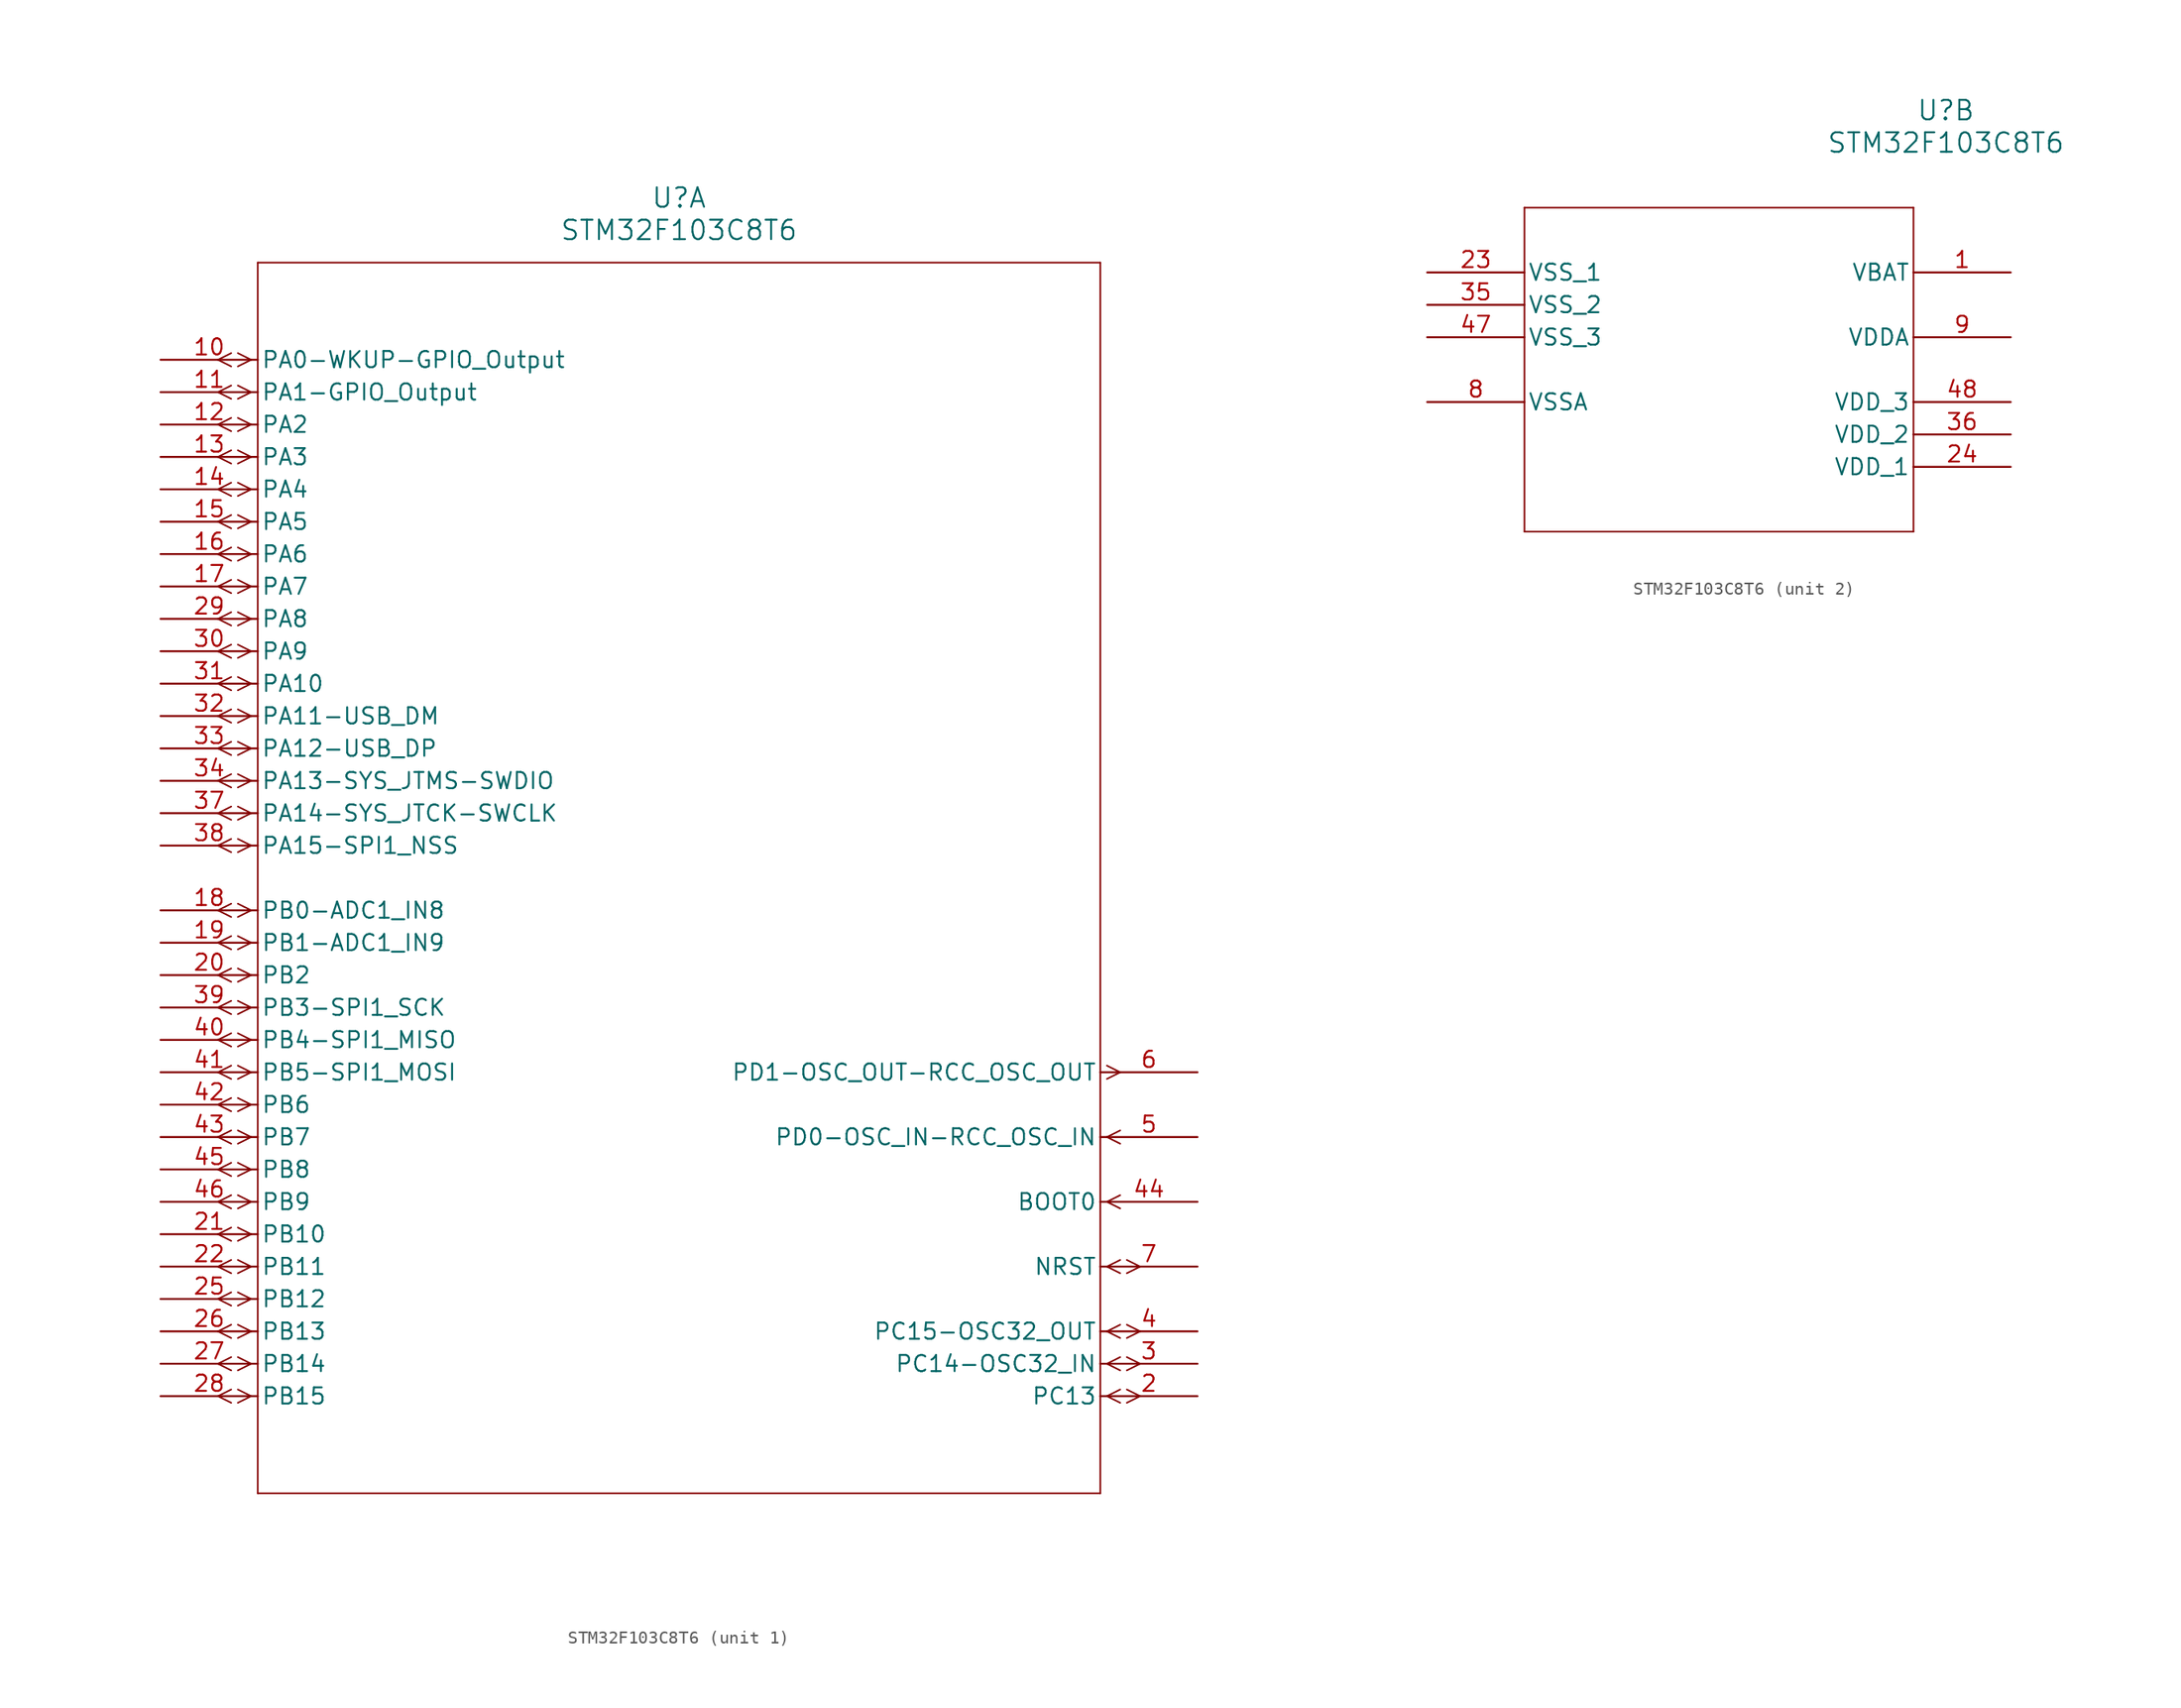
<source format=kicad_sym>
(kicad_symbol_lib
  (version 20211014)
  (generator kicad_symbol_editor)
  (symbol "STM32F103C8T6"
    (pin_names
      (offset 0.254))
    (property "Reference" "U"
      (at 40.64 12.7 0)
      (effects (font (size 1.524 1.524))))
    (property "Value" "STM32F103C8T6"
      (at 40.64 10.16 0)
      (effects (font (size 1.524 1.524))))
    (symbol "STM32F103C8T6_1_1"
      (polyline (pts (xy 7.099 0) (xy 6.058 0.521)) (stroke (width 0.127) (type default) (color 0 0 0 0)) (fill (type none)))
      (polyline (pts (xy 7.099 0) (xy 6.058 -0.521)) (stroke (width 0.127) (type default) (color 0 0 0 0)) (fill (type none)))
      (polyline (pts (xy 5.537 0.521) (xy 4.496 0)) (stroke (width 0.127) (type default) (color 0 0 0 0)) (fill (type none)))
      (polyline (pts (xy 5.537 -0.521) (xy 4.496 0)) (stroke (width 0.127) (type default) (color 0 0 0 0)) (fill (type none)))
      (polyline (pts (xy 7.099 -2.54) (xy 6.058 -2.019)) (stroke (width 0.127) (type default) (color 0 0 0 0)) (fill (type none)))
      (polyline (pts (xy 7.099 -2.54) (xy 6.058 -3.061)) (stroke (width 0.127) (type default) (color 0 0 0 0)) (fill (type none)))
      (polyline (pts (xy 5.537 -2.019) (xy 4.496 -2.54)) (stroke (width 0.127) (type default) (color 0 0 0 0)) (fill (type none)))
      (polyline (pts (xy 5.537 -3.061) (xy 4.496 -2.54)) (stroke (width 0.127) (type default) (color 0 0 0 0)) (fill (type none)))
      (polyline (pts (xy 7.099 -5.08) (xy 6.058 -4.559)) (stroke (width 0.127) (type default) (color 0 0 0 0)) (fill (type none)))
      (polyline (pts (xy 7.099 -5.08) (xy 6.058 -5.601)) (stroke (width 0.127) (type default) (color 0 0 0 0)) (fill (type none)))
      (polyline (pts (xy 5.537 -4.559) (xy 4.496 -5.08)) (stroke (width 0.127) (type default) (color 0 0 0 0)) (fill (type none)))
      (polyline (pts (xy 5.537 -5.601) (xy 4.496 -5.08)) (stroke (width 0.127) (type default) (color 0 0 0 0)) (fill (type none)))
      (polyline (pts (xy 7.099 -7.62) (xy 6.058 -7.099)) (stroke (width 0.127) (type default) (color 0 0 0 0)) (fill (type none)))
      (polyline (pts (xy 7.099 -7.62) (xy 6.058 -8.141)) (stroke (width 0.127) (type default) (color 0 0 0 0)) (fill (type none)))
      (polyline (pts (xy 5.537 -7.099) (xy 4.496 -7.62)) (stroke (width 0.127) (type default) (color 0 0 0 0)) (fill (type none)))
      (polyline (pts (xy 5.537 -8.141) (xy 4.496 -7.62)) (stroke (width 0.127) (type default) (color 0 0 0 0)) (fill (type none)))
      (polyline (pts (xy 7.099 -10.16) (xy 6.058 -9.639)) (stroke (width 0.127) (type default) (color 0 0 0 0)) (fill (type none)))
      (polyline (pts (xy 7.099 -10.16) (xy 6.058 -10.681)) (stroke (width 0.127) (type default) (color 0 0 0 0)) (fill (type none)))
      (polyline (pts (xy 5.537 -9.639) (xy 4.496 -10.16)) (stroke (width 0.127) (type default) (color 0 0 0 0)) (fill (type none)))
      (polyline (pts (xy 5.537 -10.681) (xy 4.496 -10.16)) (stroke (width 0.127) (type default) (color 0 0 0 0)) (fill (type none)))
      (polyline (pts (xy 7.099 -12.7) (xy 6.058 -12.179)) (stroke (width 0.127) (type default) (color 0 0 0 0)) (fill (type none)))
      (polyline (pts (xy 7.099 -12.7) (xy 6.058 -13.221)) (stroke (width 0.127) (type default) (color 0 0 0 0)) (fill (type none)))
      (polyline (pts (xy 5.537 -12.179) (xy 4.496 -12.7)) (stroke (width 0.127) (type default) (color 0 0 0 0)) (fill (type none)))
      (polyline (pts (xy 5.537 -13.221) (xy 4.496 -12.7)) (stroke (width 0.127) (type default) (color 0 0 0 0)) (fill (type none)))
      (polyline (pts (xy 7.099 -15.24) (xy 6.058 -14.719)) (stroke (width 0.127) (type default) (color 0 0 0 0)) (fill (type none)))
      (polyline (pts (xy 7.099 -15.24) (xy 6.058 -15.761)) (stroke (width 0.127) (type default) (color 0 0 0 0)) (fill (type none)))
      (polyline (pts (xy 5.537 -14.719) (xy 4.496 -15.24)) (stroke (width 0.127) (type default) (color 0 0 0 0)) (fill (type none)))
      (polyline (pts (xy 5.537 -15.761) (xy 4.496 -15.24)) (stroke (width 0.127) (type default) (color 0 0 0 0)) (fill (type none)))
      (polyline (pts (xy 7.099 -17.78) (xy 6.058 -17.259)) (stroke (width 0.127) (type default) (color 0 0 0 0)) (fill (type none)))
      (polyline (pts (xy 7.099 -17.78) (xy 6.058 -18.301)) (stroke (width 0.127) (type default) (color 0 0 0 0)) (fill (type none)))
      (polyline (pts (xy 5.537 -17.259) (xy 4.496 -17.78)) (stroke (width 0.127) (type default) (color 0 0 0 0)) (fill (type none)))
      (polyline (pts (xy 5.537 -18.301) (xy 4.496 -17.78)) (stroke (width 0.127) (type default) (color 0 0 0 0)) (fill (type none)))
      (polyline (pts (xy 7.099 -20.32) (xy 6.058 -19.799)) (stroke (width 0.127) (type default) (color 0 0 0 0)) (fill (type none)))
      (polyline (pts (xy 7.099 -20.32) (xy 6.058 -20.841)) (stroke (width 0.127) (type default) (color 0 0 0 0)) (fill (type none)))
      (polyline (pts (xy 5.537 -19.799) (xy 4.496 -20.32)) (stroke (width 0.127) (type default) (color 0 0 0 0)) (fill (type none)))
      (polyline (pts (xy 5.537 -20.841) (xy 4.496 -20.32)) (stroke (width 0.127) (type default) (color 0 0 0 0)) (fill (type none)))
      (polyline (pts (xy 7.099 -22.86) (xy 6.058 -22.339)) (stroke (width 0.127) (type default) (color 0 0 0 0)) (fill (type none)))
      (polyline (pts (xy 7.099 -22.86) (xy 6.058 -23.381)) (stroke (width 0.127) (type default) (color 0 0 0 0)) (fill (type none)))
      (polyline (pts (xy 5.537 -22.339) (xy 4.496 -22.86)) (stroke (width 0.127) (type default) (color 0 0 0 0)) (fill (type none)))
      (polyline (pts (xy 5.537 -23.381) (xy 4.496 -22.86)) (stroke (width 0.127) (type default) (color 0 0 0 0)) (fill (type none)))
      (polyline (pts (xy 7.099 -25.4) (xy 6.058 -24.879)) (stroke (width 0.127) (type default) (color 0 0 0 0)) (fill (type none)))
      (polyline (pts (xy 7.099 -25.4) (xy 6.058 -25.921)) (stroke (width 0.127) (type default) (color 0 0 0 0)) (fill (type none)))
      (polyline (pts (xy 5.537 -24.879) (xy 4.496 -25.4)) (stroke (width 0.127) (type default) (color 0 0 0 0)) (fill (type none)))
      (polyline (pts (xy 5.537 -25.921) (xy 4.496 -25.4)) (stroke (width 0.127) (type default) (color 0 0 0 0)) (fill (type none)))
      (polyline (pts (xy 7.099 -27.94) (xy 6.058 -27.419)) (stroke (width 0.127) (type default) (color 0 0 0 0)) (fill (type none)))
      (polyline (pts (xy 7.099 -27.94) (xy 6.058 -28.461)) (stroke (width 0.127) (type default) (color 0 0 0 0)) (fill (type none)))
      (polyline (pts (xy 5.537 -27.419) (xy 4.496 -27.94)) (stroke (width 0.127) (type default) (color 0 0 0 0)) (fill (type none)))
      (polyline (pts (xy 5.537 -28.461) (xy 4.496 -27.94)) (stroke (width 0.127) (type default) (color 0 0 0 0)) (fill (type none)))
      (polyline (pts (xy 7.099 -30.48) (xy 6.058 -29.959)) (stroke (width 0.127) (type default) (color 0 0 0 0)) (fill (type none)))
      (polyline (pts (xy 7.099 -30.48) (xy 6.058 -31.001)) (stroke (width 0.127) (type default) (color 0 0 0 0)) (fill (type none)))
      (polyline (pts (xy 5.537 -29.959) (xy 4.496 -30.48)) (stroke (width 0.127) (type default) (color 0 0 0 0)) (fill (type none)))
      (polyline (pts (xy 5.537 -31.001) (xy 4.496 -30.48)) (stroke (width 0.127) (type default) (color 0 0 0 0)) (fill (type none)))
      (polyline (pts (xy 7.099 -33.02) (xy 6.058 -32.499)) (stroke (width 0.127) (type default) (color 0 0 0 0)) (fill (type none)))
      (polyline (pts (xy 7.099 -33.02) (xy 6.058 -33.541)) (stroke (width 0.127) (type default) (color 0 0 0 0)) (fill (type none)))
      (polyline (pts (xy 5.537 -32.499) (xy 4.496 -33.02)) (stroke (width 0.127) (type default) (color 0 0 0 0)) (fill (type none)))
      (polyline (pts (xy 5.537 -33.541) (xy 4.496 -33.02)) (stroke (width 0.127) (type default) (color 0 0 0 0)) (fill (type none)))
      (polyline (pts (xy 7.099 -35.56) (xy 6.058 -35.039)) (stroke (width 0.127) (type default) (color 0 0 0 0)) (fill (type none)))
      (polyline (pts (xy 7.099 -35.56) (xy 6.058 -36.081)) (stroke (width 0.127) (type default) (color 0 0 0 0)) (fill (type none)))
      (polyline (pts (xy 5.537 -35.039) (xy 4.496 -35.56)) (stroke (width 0.127) (type default) (color 0 0 0 0)) (fill (type none)))
      (polyline (pts (xy 5.537 -36.081) (xy 4.496 -35.56)) (stroke (width 0.127) (type default) (color 0 0 0 0)) (fill (type none)))
      (polyline (pts (xy 7.099 -38.1) (xy 6.058 -37.579)) (stroke (width 0.127) (type default) (color 0 0 0 0)) (fill (type none)))
      (polyline (pts (xy 7.099 -38.1) (xy 6.058 -38.621)) (stroke (width 0.127) (type default) (color 0 0 0 0)) (fill (type none)))
      (polyline (pts (xy 5.537 -37.579) (xy 4.496 -38.1)) (stroke (width 0.127) (type default) (color 0 0 0 0)) (fill (type none)))
      (polyline (pts (xy 5.537 -38.621) (xy 4.496 -38.1)) (stroke (width 0.127) (type default) (color 0 0 0 0)) (fill (type none)))
      (polyline (pts (xy 7.099 -43.18) (xy 6.058 -42.659)) (stroke (width 0.127) (type default) (color 0 0 0 0)) (fill (type none)))
      (polyline (pts (xy 7.099 -43.18) (xy 6.058 -43.701)) (stroke (width 0.127) (type default) (color 0 0 0 0)) (fill (type none)))
      (polyline (pts (xy 5.537 -42.659) (xy 4.496 -43.18)) (stroke (width 0.127) (type default) (color 0 0 0 0)) (fill (type none)))
      (polyline (pts (xy 5.537 -43.701) (xy 4.496 -43.18)) (stroke (width 0.127) (type default) (color 0 0 0 0)) (fill (type none)))
      (polyline (pts (xy 7.099 -45.72) (xy 6.058 -45.199)) (stroke (width 0.127) (type default) (color 0 0 0 0)) (fill (type none)))
      (polyline (pts (xy 7.099 -45.72) (xy 6.058 -46.241)) (stroke (width 0.127) (type default) (color 0 0 0 0)) (fill (type none)))
      (polyline (pts (xy 5.537 -45.199) (xy 4.496 -45.72)) (stroke (width 0.127) (type default) (color 0 0 0 0)) (fill (type none)))
      (polyline (pts (xy 5.537 -46.241) (xy 4.496 -45.72)) (stroke (width 0.127) (type default) (color 0 0 0 0)) (fill (type none)))
      (polyline (pts (xy 7.099 -48.26) (xy 6.058 -47.739)) (stroke (width 0.127) (type default) (color 0 0 0 0)) (fill (type none)))
      (polyline (pts (xy 7.099 -48.26) (xy 6.058 -48.781)) (stroke (width 0.127) (type default) (color 0 0 0 0)) (fill (type none)))
      (polyline (pts (xy 5.537 -47.739) (xy 4.496 -48.26)) (stroke (width 0.127) (type default) (color 0 0 0 0)) (fill (type none)))
      (polyline (pts (xy 5.537 -48.781) (xy 4.496 -48.26)) (stroke (width 0.127) (type default) (color 0 0 0 0)) (fill (type none)))
      (polyline (pts (xy 7.099 -50.8) (xy 6.058 -50.279)) (stroke (width 0.127) (type default) (color 0 0 0 0)) (fill (type none)))
      (polyline (pts (xy 7.099 -50.8) (xy 6.058 -51.321)) (stroke (width 0.127) (type default) (color 0 0 0 0)) (fill (type none)))
      (polyline (pts (xy 5.537 -50.279) (xy 4.496 -50.8)) (stroke (width 0.127) (type default) (color 0 0 0 0)) (fill (type none)))
      (polyline (pts (xy 5.537 -51.321) (xy 4.496 -50.8)) (stroke (width 0.127) (type default) (color 0 0 0 0)) (fill (type none)))
      (polyline (pts (xy 7.099 -53.34) (xy 6.058 -52.819)) (stroke (width 0.127) (type default) (color 0 0 0 0)) (fill (type none)))
      (polyline (pts (xy 7.099 -53.34) (xy 6.058 -53.861)) (stroke (width 0.127) (type default) (color 0 0 0 0)) (fill (type none)))
      (polyline (pts (xy 5.537 -52.819) (xy 4.496 -53.34)) (stroke (width 0.127) (type default) (color 0 0 0 0)) (fill (type none)))
      (polyline (pts (xy 5.537 -53.861) (xy 4.496 -53.34)) (stroke (width 0.127) (type default) (color 0 0 0 0)) (fill (type none)))
      (polyline (pts (xy 7.099 -55.88) (xy 6.058 -55.359)) (stroke (width 0.127) (type default) (color 0 0 0 0)) (fill (type none)))
      (polyline (pts (xy 7.099 -55.88) (xy 6.058 -56.401)) (stroke (width 0.127) (type default) (color 0 0 0 0)) (fill (type none)))
      (polyline (pts (xy 5.537 -55.359) (xy 4.496 -55.88)) (stroke (width 0.127) (type default) (color 0 0 0 0)) (fill (type none)))
      (polyline (pts (xy 5.537 -56.401) (xy 4.496 -55.88)) (stroke (width 0.127) (type default) (color 0 0 0 0)) (fill (type none)))
      (polyline (pts (xy 7.099 -58.42) (xy 6.058 -57.899)) (stroke (width 0.127) (type default) (color 0 0 0 0)) (fill (type none)))
      (polyline (pts (xy 7.099 -58.42) (xy 6.058 -58.941)) (stroke (width 0.127) (type default) (color 0 0 0 0)) (fill (type none)))
      (polyline (pts (xy 5.537 -57.899) (xy 4.496 -58.42)) (stroke (width 0.127) (type default) (color 0 0 0 0)) (fill (type none)))
      (polyline (pts (xy 5.537 -58.941) (xy 4.496 -58.42)) (stroke (width 0.127) (type default) (color 0 0 0 0)) (fill (type none)))
      (polyline (pts (xy 7.099 -60.96) (xy 6.058 -60.439)) (stroke (width 0.127) (type default) (color 0 0 0 0)) (fill (type none)))
      (polyline (pts (xy 7.099 -60.96) (xy 6.058 -61.481)) (stroke (width 0.127) (type default) (color 0 0 0 0)) (fill (type none)))
      (polyline (pts (xy 5.537 -60.439) (xy 4.496 -60.96)) (stroke (width 0.127) (type default) (color 0 0 0 0)) (fill (type none)))
      (polyline (pts (xy 5.537 -61.481) (xy 4.496 -60.96)) (stroke (width 0.127) (type default) (color 0 0 0 0)) (fill (type none)))
      (polyline (pts (xy 7.099 -63.5) (xy 6.058 -62.979)) (stroke (width 0.127) (type default) (color 0 0 0 0)) (fill (type none)))
      (polyline (pts (xy 7.099 -63.5) (xy 6.058 -64.021)) (stroke (width 0.127) (type default) (color 0 0 0 0)) (fill (type none)))
      (polyline (pts (xy 5.537 -62.979) (xy 4.496 -63.5)) (stroke (width 0.127) (type default) (color 0 0 0 0)) (fill (type none)))
      (polyline (pts (xy 5.537 -64.021) (xy 4.496 -63.5)) (stroke (width 0.127) (type default) (color 0 0 0 0)) (fill (type none)))
      (polyline (pts (xy 7.099 -66.04) (xy 6.058 -65.519)) (stroke (width 0.127) (type default) (color 0 0 0 0)) (fill (type none)))
      (polyline (pts (xy 7.099 -66.04) (xy 6.058 -66.561)) (stroke (width 0.127) (type default) (color 0 0 0 0)) (fill (type none)))
      (polyline (pts (xy 5.537 -65.519) (xy 4.496 -66.04)) (stroke (width 0.127) (type default) (color 0 0 0 0)) (fill (type none)))
      (polyline (pts (xy 5.537 -66.561) (xy 4.496 -66.04)) (stroke (width 0.127) (type default) (color 0 0 0 0)) (fill (type none)))
      (polyline (pts (xy 7.099 -68.58) (xy 6.058 -68.059)) (stroke (width 0.127) (type default) (color 0 0 0 0)) (fill (type none)))
      (polyline (pts (xy 7.099 -68.58) (xy 6.058 -69.101)) (stroke (width 0.127) (type default) (color 0 0 0 0)) (fill (type none)))
      (polyline (pts (xy 5.537 -68.059) (xy 4.496 -68.58)) (stroke (width 0.127) (type default) (color 0 0 0 0)) (fill (type none)))
      (polyline (pts (xy 5.537 -69.101) (xy 4.496 -68.58)) (stroke (width 0.127) (type default) (color 0 0 0 0)) (fill (type none)))
      (polyline (pts (xy 7.099 -71.12) (xy 6.058 -70.599)) (stroke (width 0.127) (type default) (color 0 0 0 0)) (fill (type none)))
      (polyline (pts (xy 7.099 -71.12) (xy 6.058 -71.641)) (stroke (width 0.127) (type default) (color 0 0 0 0)) (fill (type none)))
      (polyline (pts (xy 5.537 -70.599) (xy 4.496 -71.12)) (stroke (width 0.127) (type default) (color 0 0 0 0)) (fill (type none)))
      (polyline (pts (xy 5.537 -71.641) (xy 4.496 -71.12)) (stroke (width 0.127) (type default) (color 0 0 0 0)) (fill (type none)))
      (polyline (pts (xy 7.099 -73.66) (xy 6.058 -73.139)) (stroke (width 0.127) (type default) (color 0 0 0 0)) (fill (type none)))
      (polyline (pts (xy 7.099 -73.66) (xy 6.058 -74.181)) (stroke (width 0.127) (type default) (color 0 0 0 0)) (fill (type none)))
      (polyline (pts (xy 5.537 -73.139) (xy 4.496 -73.66)) (stroke (width 0.127) (type default) (color 0 0 0 0)) (fill (type none)))
      (polyline (pts (xy 5.537 -74.181) (xy 4.496 -73.66)) (stroke (width 0.127) (type default) (color 0 0 0 0)) (fill (type none)))
      (polyline (pts (xy 7.099 -76.2) (xy 6.058 -75.679)) (stroke (width 0.127) (type default) (color 0 0 0 0)) (fill (type none)))
      (polyline (pts (xy 7.099 -76.2) (xy 6.058 -76.721)) (stroke (width 0.127) (type default) (color 0 0 0 0)) (fill (type none)))
      (polyline (pts (xy 5.537 -75.679) (xy 4.496 -76.2)) (stroke (width 0.127) (type default) (color 0 0 0 0)) (fill (type none)))
      (polyline (pts (xy 5.537 -76.721) (xy 4.496 -76.2)) (stroke (width 0.127) (type default) (color 0 0 0 0)) (fill (type none)))
      (polyline (pts (xy 7.099 -78.74) (xy 6.058 -78.219)) (stroke (width 0.127) (type default) (color 0 0 0 0)) (fill (type none)))
      (polyline (pts (xy 7.099 -78.74) (xy 6.058 -79.261)) (stroke (width 0.127) (type default) (color 0 0 0 0)) (fill (type none)))
      (polyline (pts (xy 5.537 -78.219) (xy 4.496 -78.74)) (stroke (width 0.127) (type default) (color 0 0 0 0)) (fill (type none)))
      (polyline (pts (xy 5.537 -79.261) (xy 4.496 -78.74)) (stroke (width 0.127) (type default) (color 0 0 0 0)) (fill (type none)))
      (polyline (pts (xy 7.099 -81.28) (xy 6.058 -80.759)) (stroke (width 0.127) (type default) (color 0 0 0 0)) (fill (type none)))
      (polyline (pts (xy 7.099 -81.28) (xy 6.058 -81.801)) (stroke (width 0.127) (type default) (color 0 0 0 0)) (fill (type none)))
      (polyline (pts (xy 5.537 -80.759) (xy 4.496 -81.28)) (stroke (width 0.127) (type default) (color 0 0 0 0)) (fill (type none)))
      (polyline (pts (xy 5.537 -81.801) (xy 4.496 -81.28)) (stroke (width 0.127) (type default) (color 0 0 0 0)) (fill (type none)))
      (polyline (pts (xy 74.181 -81.28) (xy 75.222 -80.759)) (stroke (width 0.127) (type default) (color 0 0 0 0)) (fill (type none)))
      (polyline (pts (xy 74.181 -81.28) (xy 75.222 -81.801)) (stroke (width 0.127) (type default) (color 0 0 0 0)) (fill (type none)))
      (polyline (pts (xy 75.743 -80.759) (xy 76.784 -81.28)) (stroke (width 0.127) (type default) (color 0 0 0 0)) (fill (type none)))
      (polyline (pts (xy 75.743 -81.801) (xy 76.784 -81.28)) (stroke (width 0.127) (type default) (color 0 0 0 0)) (fill (type none)))
      (polyline (pts (xy 74.181 -78.74) (xy 75.222 -78.219)) (stroke (width 0.127) (type default) (color 0 0 0 0)) (fill (type none)))
      (polyline (pts (xy 74.181 -78.74) (xy 75.222 -79.261)) (stroke (width 0.127) (type default) (color 0 0 0 0)) (fill (type none)))
      (polyline (pts (xy 75.743 -78.219) (xy 76.784 -78.74)) (stroke (width 0.127) (type default) (color 0 0 0 0)) (fill (type none)))
      (polyline (pts (xy 75.743 -79.261) (xy 76.784 -78.74)) (stroke (width 0.127) (type default) (color 0 0 0 0)) (fill (type none)))
      (polyline (pts (xy 74.181 -76.2) (xy 75.222 -75.679)) (stroke (width 0.127) (type default) (color 0 0 0 0)) (fill (type none)))
      (polyline (pts (xy 74.181 -76.2) (xy 75.222 -76.721)) (stroke (width 0.127) (type default) (color 0 0 0 0)) (fill (type none)))
      (polyline (pts (xy 75.743 -75.679) (xy 76.784 -76.2)) (stroke (width 0.127) (type default) (color 0 0 0 0)) (fill (type none)))
      (polyline (pts (xy 75.743 -76.721) (xy 76.784 -76.2)) (stroke (width 0.127) (type default) (color 0 0 0 0)) (fill (type none)))
      (polyline (pts (xy 74.181 -71.12) (xy 75.222 -70.599)) (stroke (width 0.127) (type default) (color 0 0 0 0)) (fill (type none)))
      (polyline (pts (xy 74.181 -71.12) (xy 75.222 -71.641)) (stroke (width 0.127) (type default) (color 0 0 0 0)) (fill (type none)))
      (polyline (pts (xy 75.743 -70.599) (xy 76.784 -71.12)) (stroke (width 0.127) (type default) (color 0 0 0 0)) (fill (type none)))
      (polyline (pts (xy 75.743 -71.641) (xy 76.784 -71.12)) (stroke (width 0.127) (type default) (color 0 0 0 0)) (fill (type none)))
      (polyline (pts (xy 74.181 -66.04) (xy 75.222 -65.519)) (stroke (width 0.127) (type default) (color 0 0 0 0)) (fill (type none)))
      (polyline (pts (xy 74.181 -66.04) (xy 75.222 -66.561)) (stroke (width 0.127) (type default) (color 0 0 0 0)) (fill (type none)))
      (polyline (pts (xy 74.181 -60.96) (xy 75.222 -60.439)) (stroke (width 0.127) (type default) (color 0 0 0 0)) (fill (type none)))
      (polyline (pts (xy 74.181 -60.96) (xy 75.222 -61.481)) (stroke (width 0.127) (type default) (color 0 0 0 0)) (fill (type none)))
      (polyline (pts (xy 74.181 -55.359) (xy 75.222 -55.88)) (stroke (width 0.127) (type default) (color 0 0 0 0)) (fill (type none)))
      (polyline (pts (xy 74.181 -56.401) (xy 75.222 -55.88)) (stroke (width 0.127) (type default) (color 0 0 0 0)) (fill (type none)))
      (polyline (pts (xy 7.62 7.62) (xy 7.62 -88.9)) (stroke (width 0.127) (type default) (color 0 0 0 0)) (fill (type none)))
      (polyline (pts (xy 7.62 -88.9) (xy 73.66 -88.9)) (stroke (width 0.127) (type default) (color 0 0 0 0)) (fill (type none)))
      (polyline (pts (xy 73.66 -88.9) (xy 73.66 7.62)) (stroke (width 0.127) (type default) (color 0 0 0 0)) (fill (type none)))
      (polyline (pts (xy 73.66 7.62) (xy 7.62 7.62)) (stroke (width 0.127) (type default) (color 0 0 0 0)) (fill (type none)))
      (pin bidirectional line (at 81.28 -81.28 180) (length 7.62) (name "PC13" (effects (font (size 1.27 1.27)))) (number "2" (effects (font (size 1.27 1.27)))))
      (pin bidirectional line (at 81.28 -78.74 180) (length 7.62) (name "PC14-OSC32_IN" (effects (font (size 1.27 1.27)))) (number "3" (effects (font (size 1.27 1.27)))))
      (pin bidirectional line (at 81.28 -76.2 180) (length 7.62) (name "PC15-OSC32_OUT" (effects (font (size 1.27 1.27)))) (number "4" (effects (font (size 1.27 1.27)))))
      (pin unspecified line (at 81.28 -60.96 180) (length 7.62) (name "PD0-OSC_IN-RCC_OSC_IN" (effects (font (size 1.27 1.27)))) (number "5" (effects (font (size 1.27 1.27)))))
      (pin unspecified line (at 81.28 -55.88 180) (length 7.62) (name "PD1-OSC_OUT-RCC_OSC_OUT" (effects (font (size 1.27 1.27)))) (number "6" (effects (font (size 1.27 1.27)))))
      (pin bidirectional line (at 81.28 -71.12 180) (length 7.62) (name "NRST" (effects (font (size 1.27 1.27)))) (number "7" (effects (font (size 1.27 1.27)))))
      (pin unspecified line (at 0 0 0) (length 7.62) (name "PA0-WKUP-GPIO_Output" (effects (font (size 1.27 1.27)))) (number "10" (effects (font (size 1.27 1.27)))))
      (pin unspecified line (at 0 -2.54 0) (length 7.62) (name "PA1-GPIO_Output" (effects (font (size 1.27 1.27)))) (number "11" (effects (font (size 1.27 1.27)))))
      (pin bidirectional line (at 0 -5.08 0) (length 7.62) (name "PA2" (effects (font (size 1.27 1.27)))) (number "12" (effects (font (size 1.27 1.27)))))
      (pin bidirectional line (at 0 -7.62 0) (length 7.62) (name "PA3" (effects (font (size 1.27 1.27)))) (number "13" (effects (font (size 1.27 1.27)))))
      (pin bidirectional line (at 0 -10.16 0) (length 7.62) (name "PA4" (effects (font (size 1.27 1.27)))) (number "14" (effects (font (size 1.27 1.27)))))
      (pin bidirectional line (at 0 -12.7 0) (length 7.62) (name "PA5" (effects (font (size 1.27 1.27)))) (number "15" (effects (font (size 1.27 1.27)))))
      (pin bidirectional line (at 0 -15.24 0) (length 7.62) (name "PA6" (effects (font (size 1.27 1.27)))) (number "16" (effects (font (size 1.27 1.27)))))
      (pin bidirectional line (at 0 -17.78 0) (length 7.62) (name "PA7" (effects (font (size 1.27 1.27)))) (number "17" (effects (font (size 1.27 1.27)))))
      (pin unspecified line (at 0 -43.18 0) (length 7.62) (name "PB0-ADC1_IN8" (effects (font (size 1.27 1.27)))) (number "18" (effects (font (size 1.27 1.27)))))
      (pin unspecified line (at 0 -45.72 0) (length 7.62) (name "PB1-ADC1_IN9" (effects (font (size 1.27 1.27)))) (number "19" (effects (font (size 1.27 1.27)))))
      (pin bidirectional line (at 0 -48.26 0) (length 7.62) (name "PB2" (effects (font (size 1.27 1.27)))) (number "20" (effects (font (size 1.27 1.27)))))
      (pin bidirectional line (at 0 -68.58 0) (length 7.62) (name "PB10" (effects (font (size 1.27 1.27)))) (number "21" (effects (font (size 1.27 1.27)))))
      (pin bidirectional line (at 0 -71.12 0) (length 7.62) (name "PB11" (effects (font (size 1.27 1.27)))) (number "22" (effects (font (size 1.27 1.27)))))
      (pin bidirectional line (at 0 -73.66 0) (length 7.62) (name "PB12" (effects (font (size 1.27 1.27)))) (number "25" (effects (font (size 1.27 1.27)))))
      (pin bidirectional line (at 0 -76.2 0) (length 7.62) (name "PB13" (effects (font (size 1.27 1.27)))) (number "26" (effects (font (size 1.27 1.27)))))
      (pin bidirectional line (at 0 -78.74 0) (length 7.62) (name "PB14" (effects (font (size 1.27 1.27)))) (number "27" (effects (font (size 1.27 1.27)))))
      (pin bidirectional line (at 0 -81.28 0) (length 7.62) (name "PB15" (effects (font (size 1.27 1.27)))) (number "28" (effects (font (size 1.27 1.27)))))
      (pin bidirectional line (at 0 -20.32 0) (length 7.62) (name "PA8" (effects (font (size 1.27 1.27)))) (number "29" (effects (font (size 1.27 1.27)))))
      (pin bidirectional line (at 0 -22.86 0) (length 7.62) (name "PA9" (effects (font (size 1.27 1.27)))) (number "30" (effects (font (size 1.27 1.27)))))
      (pin bidirectional line (at 0 -25.4 0) (length 7.62) (name "PA10" (effects (font (size 1.27 1.27)))) (number "31" (effects (font (size 1.27 1.27)))))
      (pin unspecified line (at 0 -27.94 0) (length 7.62) (name "PA11-USB_DM" (effects (font (size 1.27 1.27)))) (number "32" (effects (font (size 1.27 1.27)))))
      (pin unspecified line (at 0 -30.48 0) (length 7.62) (name "PA12-USB_DP" (effects (font (size 1.27 1.27)))) (number "33" (effects (font (size 1.27 1.27)))))
      (pin unspecified line (at 0 -33.02 0) (length 7.62) (name "PA13-SYS_JTMS-SWDIO" (effects (font (size 1.27 1.27)))) (number "34" (effects (font (size 1.27 1.27)))))
      (pin unspecified line (at 0 -35.56 0) (length 7.62) (name "PA14-SYS_JTCK-SWCLK" (effects (font (size 1.27 1.27)))) (number "37" (effects (font (size 1.27 1.27)))))
      (pin unspecified line (at 0 -38.1 0) (length 7.62) (name "PA15-SPI1_NSS" (effects (font (size 1.27 1.27)))) (number "38" (effects (font (size 1.27 1.27)))))
      (pin unspecified line (at 0 -50.8 0) (length 7.62) (name "PB3-SPI1_SCK" (effects (font (size 1.27 1.27)))) (number "39" (effects (font (size 1.27 1.27)))))
      (pin unspecified line (at 0 -53.34 0) (length 7.62) (name "PB4-SPI1_MISO" (effects (font (size 1.27 1.27)))) (number "40" (effects (font (size 1.27 1.27)))))
      (pin unspecified line (at 0 -55.88 0) (length 7.62) (name "PB5-SPI1_MOSI" (effects (font (size 1.27 1.27)))) (number "41" (effects (font (size 1.27 1.27)))))
      (pin bidirectional line (at 0 -58.42 0) (length 7.62) (name "PB6" (effects (font (size 1.27 1.27)))) (number "42" (effects (font (size 1.27 1.27)))))
      (pin bidirectional line (at 0 -60.96 0) (length 7.62) (name "PB7" (effects (font (size 1.27 1.27)))) (number "43" (effects (font (size 1.27 1.27)))))
      (pin input line (at 81.28 -66.04 180) (length 7.62) (name "BOOT0" (effects (font (size 1.27 1.27)))) (number "44" (effects (font (size 1.27 1.27)))))
      (pin bidirectional line (at 0 -63.5 0) (length 7.62) (name "PB8" (effects (font (size 1.27 1.27)))) (number "45" (effects (font (size 1.27 1.27)))))
      (pin bidirectional line (at 0 -66.04 0) (length 7.62) (name "PB9" (effects (font (size 1.27 1.27)))) (number "46" (effects (font (size 1.27 1.27))))))
    (symbol "STM32F103C8T6_2_1"
      (polyline (pts (xy 7.62 5.08) (xy 7.62 -20.32)) (stroke (width 0.127) (type default) (color 0 0 0 0)) (fill (type none)))
      (polyline (pts (xy 7.62 -20.32) (xy 38.1 -20.32)) (stroke (width 0.127) (type default) (color 0 0 0 0)) (fill (type none)))
      (polyline (pts (xy 38.1 -20.32) (xy 38.1 5.08)) (stroke (width 0.127) (type default) (color 0 0 0 0)) (fill (type none)))
      (polyline (pts (xy 38.1 5.08) (xy 7.62 5.08)) (stroke (width 0.127) (type default) (color 0 0 0 0)) (fill (type none)))
      (pin power_in line (at 45.72 0 180) (length 7.62) (name "VBAT" (effects (font (size 1.27 1.27)))) (number "1" (effects (font (size 1.27 1.27)))))
      (pin power_in line (at 0 -10.16 0) (length 7.62) (name "VSSA" (effects (font (size 1.27 1.27)))) (number "8" (effects (font (size 1.27 1.27)))))
      (pin power_in line (at 45.72 -5.08 180) (length 7.62) (name "VDDA" (effects (font (size 1.27 1.27)))) (number "9" (effects (font (size 1.27 1.27)))))
      (pin power_in line (at 0 0 0) (length 7.62) (name "VSS_1" (effects (font (size 1.27 1.27)))) (number "23" (effects (font (size 1.27 1.27)))))
      (pin power_in line (at 45.72 -15.24 180) (length 7.62) (name "VDD_1" (effects (font (size 1.27 1.27)))) (number "24" (effects (font (size 1.27 1.27)))))
      (pin power_in line (at 0 -2.54 0) (length 7.62) (name "VSS_2" (effects (font (size 1.27 1.27)))) (number "35" (effects (font (size 1.27 1.27)))))
      (pin power_in line (at 45.72 -12.7 180) (length 7.62) (name "VDD_2" (effects (font (size 1.27 1.27)))) (number "36" (effects (font (size 1.27 1.27)))))
      (pin power_in line (at 0 -5.08 0) (length 7.62) (name "VSS_3" (effects (font (size 1.27 1.27)))) (number "47" (effects (font (size 1.27 1.27)))))
      (pin power_in line (at 45.72 -10.16 180) (length 7.62) (name "VDD_3" (effects (font (size 1.27 1.27)))) (number "48" (effects (font (size 1.27 1.27))))))))
</source>
